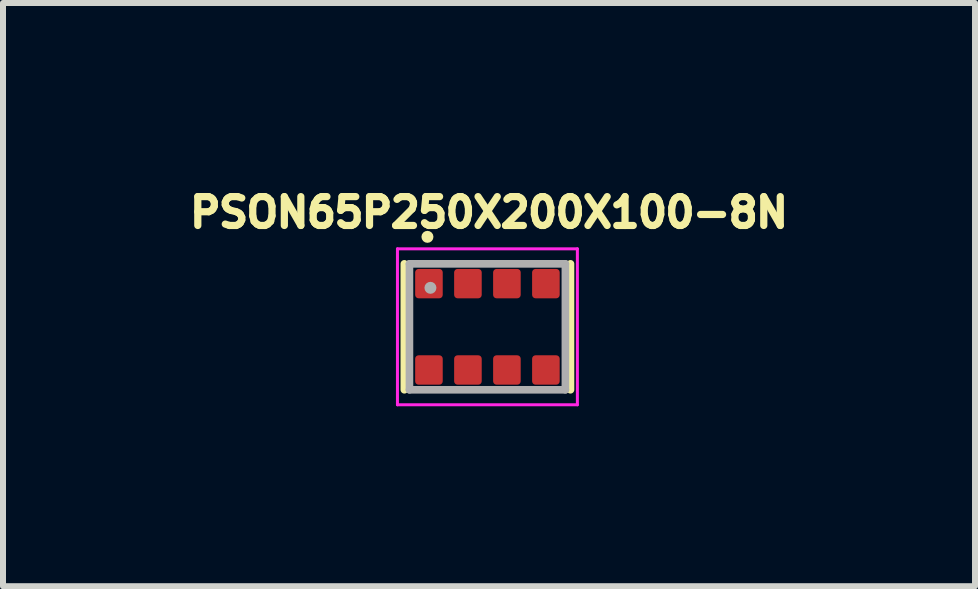
<source format=kicad_pcb>
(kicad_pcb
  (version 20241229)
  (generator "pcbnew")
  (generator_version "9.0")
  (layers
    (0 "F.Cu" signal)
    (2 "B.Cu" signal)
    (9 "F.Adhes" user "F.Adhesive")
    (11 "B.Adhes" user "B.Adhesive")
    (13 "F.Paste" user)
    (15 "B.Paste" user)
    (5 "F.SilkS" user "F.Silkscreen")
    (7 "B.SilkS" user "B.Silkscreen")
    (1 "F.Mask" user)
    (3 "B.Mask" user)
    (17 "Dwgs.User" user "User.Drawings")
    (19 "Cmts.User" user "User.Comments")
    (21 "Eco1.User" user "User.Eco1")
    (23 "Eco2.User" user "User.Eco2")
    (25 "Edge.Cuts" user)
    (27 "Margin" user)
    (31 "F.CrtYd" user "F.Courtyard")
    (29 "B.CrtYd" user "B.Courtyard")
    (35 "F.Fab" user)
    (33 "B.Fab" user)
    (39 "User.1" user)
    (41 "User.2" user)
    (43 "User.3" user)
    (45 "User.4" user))
  (footprint "PSON65P250X200X100-8N"
    (layer "F.Cu")
    (at 5.077 2.399)
    (property "Reference" "PSON65P250X200X100-8N" (at 0.027 -1.906 0) (layer "F.SilkS") (effects (font (size 0.481 0.481) (thickness 0.15))))
    (attr smd)
    (fp_line (start -1.385 1.05) (end -1.385 -1.05) (stroke (width 0.127) (type solid)) (layer "F.SilkS"))
    (fp_line (start 1.385 1.05) (end 1.385 -1.05) (stroke (width 0.127) (type solid)) (layer "F.SilkS"))
    (fp_circle (center -1 -1.5) (end -0.95 -1.5) (stroke (width 0.1) (type solid)) (fill no) (layer "F.SilkS"))
    (fp_line (start -1.5 -1.3) (end 1.5 -1.3) (stroke (width 0.05) (type solid)) (layer "F.CrtYd"))
    (fp_line (start -1.5 1.3) (end -1.5 -1.3) (stroke (width 0.05) (type solid)) (layer "F.CrtYd"))
    (fp_line (start 1.5 -1.3) (end 1.5 1.3) (stroke (width 0.05) (type solid)) (layer "F.CrtYd"))
    (fp_line (start 1.5 1.3) (end -1.5 1.3) (stroke (width 0.05) (type solid)) (layer "F.CrtYd"))
    (fp_line (start -1.3 -1.05) (end 1.3 -1.05) (stroke (width 0.127) (type solid)) (layer "F.Fab"))
    (fp_line (start -1.3 1.05) (end -1.3 -1.05) (stroke (width 0.127) (type solid)) (layer "F.Fab"))
    (fp_line (start 1.3 -1.05) (end 1.3 1.05) (stroke (width 0.127) (type solid)) (layer "F.Fab"))
    (fp_line (start 1.3 1.05) (end -1.3 1.05) (stroke (width 0.127) (type solid)) (layer "F.Fab"))
    (fp_circle (center -0.95 -0.65) (end -0.9 -0.65) (stroke (width 0.1) (type solid)) (fill no) (layer "F.Fab"))
    (pad "1" smd roundrect (at -0.975 -0.72) (size 0.46 0.49) (layers "F.Cu" "F.Mask" "F.Paste") (roundrect_rratio 0.125))
    (pad "2" smd roundrect (at -0.325 -0.72) (size 0.46 0.49) (layers "F.Cu" "F.Mask" "F.Paste") (roundrect_rratio 0.125))
    (pad "3" smd roundrect (at 0.325 -0.72) (size 0.46 0.49) (layers "F.Cu" "F.Mask" "F.Paste") (roundrect_rratio 0.125))
    (pad "4" smd roundrect (at 0.975 -0.72) (size 0.46 0.49) (layers "F.Cu" "F.Mask" "F.Paste") (roundrect_rratio 0.125))
    (pad "5" smd roundrect (at 0.975 0.72) (size 0.46 0.49) (layers "F.Cu" "F.Mask" "F.Paste") (roundrect_rratio 0.125))
    (pad "6" smd roundrect (at 0.325 0.72) (size 0.46 0.49) (layers "F.Cu" "F.Mask" "F.Paste") (roundrect_rratio 0.125))
    (pad "7" smd roundrect (at -0.325 0.72) (size 0.46 0.49) (layers "F.Cu" "F.Mask" "F.Paste") (roundrect_rratio 0.125))
    (pad "8" smd roundrect (at -0.975 0.72) (size 0.46 0.49) (layers "F.Cu" "F.Mask" "F.Paste") (roundrect_rratio 0.125)))
  (gr_rect
    (start -3 -3)
    (end 13.207 6.724)
    (stroke (width 0.1) (type default))
    (fill no)
    (layer "Edge.Cuts")))
</source>
